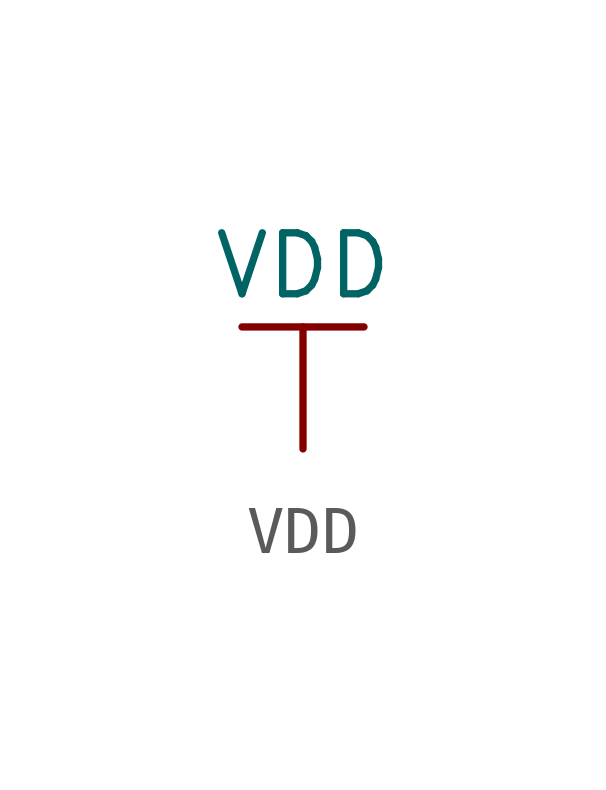
<source format=kicad_sym>
(kicad_symbol_lib
  (version 20220914)
  (generator kicad_symbol_editor)
  (symbol "VDD"
    (power)
    (pin_names
      (offset 0))
    (property "Reference" "#PWR"
      (at 0 -3.81 0)
      (effects (font (size 1.27 1.27)) hide))
    (property "Value" "VDD"
      (at 0 3.81 0)
      (effects (font (size 1.27 1.27))))
    (symbol "VDD_1_1"
      (polyline (pts (xy -1.27 2.54) (xy 1.27 2.54)) (stroke (width 0) (type solid)) (fill (type none)))
      (polyline (pts (xy 0 0) (xy 0 2.54)) (stroke (width 0) (type solid)) (fill (type none)))
      (pin power_in line (at 0 0 90) (length 0) hide (name "VDD" (effects (font (size 1.27 1.27)))) (number "1" (effects (font (size 1.27 1.27))))))))
</source>
